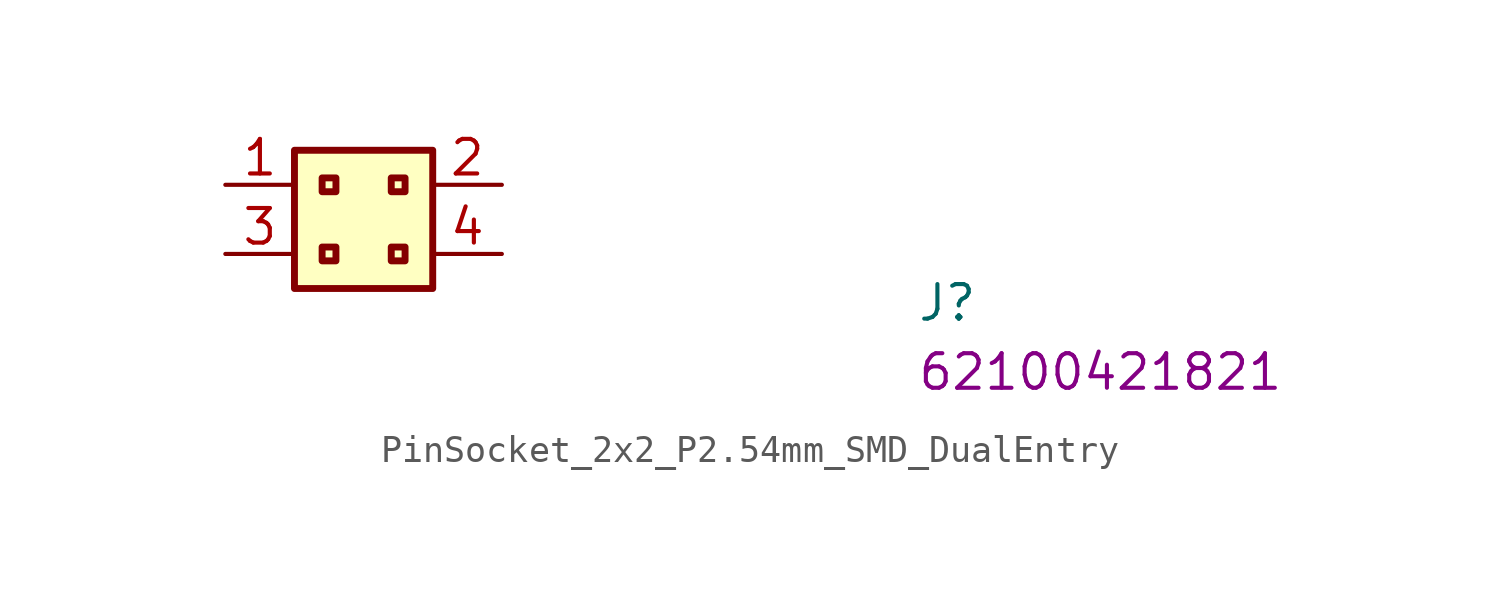
<source format=kicad_sym>
(kicad_symbol_lib
  (version 20220914)
  (generator kicad_symbol_editor)
  (symbol "PinSocket_2x2_P2.54mm_SMD_DualEntry"
    (property "Reference" "J"
      (at 25.4 -5.08 0)
      (effects (font (size 1.27 1.27) (thickness 0.15)) (justify left bottom)))
    (property "MPN" "62100421821"
      (at 25.4 -7.62 0)
      (effects (font (size 1.27 1.27) (thickness 0.15)) (justify left bottom)))
    (symbol "PinSocket_2x2_P2.54mm_SMD_DualEntry_1_1"
      (rectangle (start 2.54 1.27) (end 7.62 -3.81) (stroke (width 0.254) (type default)) (fill (type background)))
      (rectangle (start 3.556 -2.286) (end 4.064 -2.794) (stroke (width 0.254) (type default)) (fill (type background)))
      (rectangle (start 3.556 0.254) (end 4.064 -0.254) (stroke (width 0.254) (type default)) (fill (type background)))
      (rectangle (start 6.096 -2.286) (end 6.604 -2.794) (stroke (width 0.254) (type default)) (fill (type background)))
      (rectangle (start 6.096 0.254) (end 6.604 -0.254) (stroke (width 0.254) (type default)) (fill (type background)))
      (pin passive line (at 0 0 0) (length 2.54) (name "~" (effects (font (size 1.27 1.27)))) (number "1" (effects (font (size 1.27 1.27)))))
      (pin passive line (at 10.16 0 180) (length 2.54) (name "~" (effects (font (size 1.27 1.27)))) (number "2" (effects (font (size 1.27 1.27)))))
      (pin passive line (at 0 -2.54 0) (length 2.54) (name "~" (effects (font (size 1.27 1.27)))) (number "3" (effects (font (size 1.27 1.27)))))
      (pin passive line (at 10.16 -2.54 180) (length 2.54) (name "~" (effects (font (size 1.27 1.27)))) (number "4" (effects (font (size 1.27 1.27))))))))
</source>
